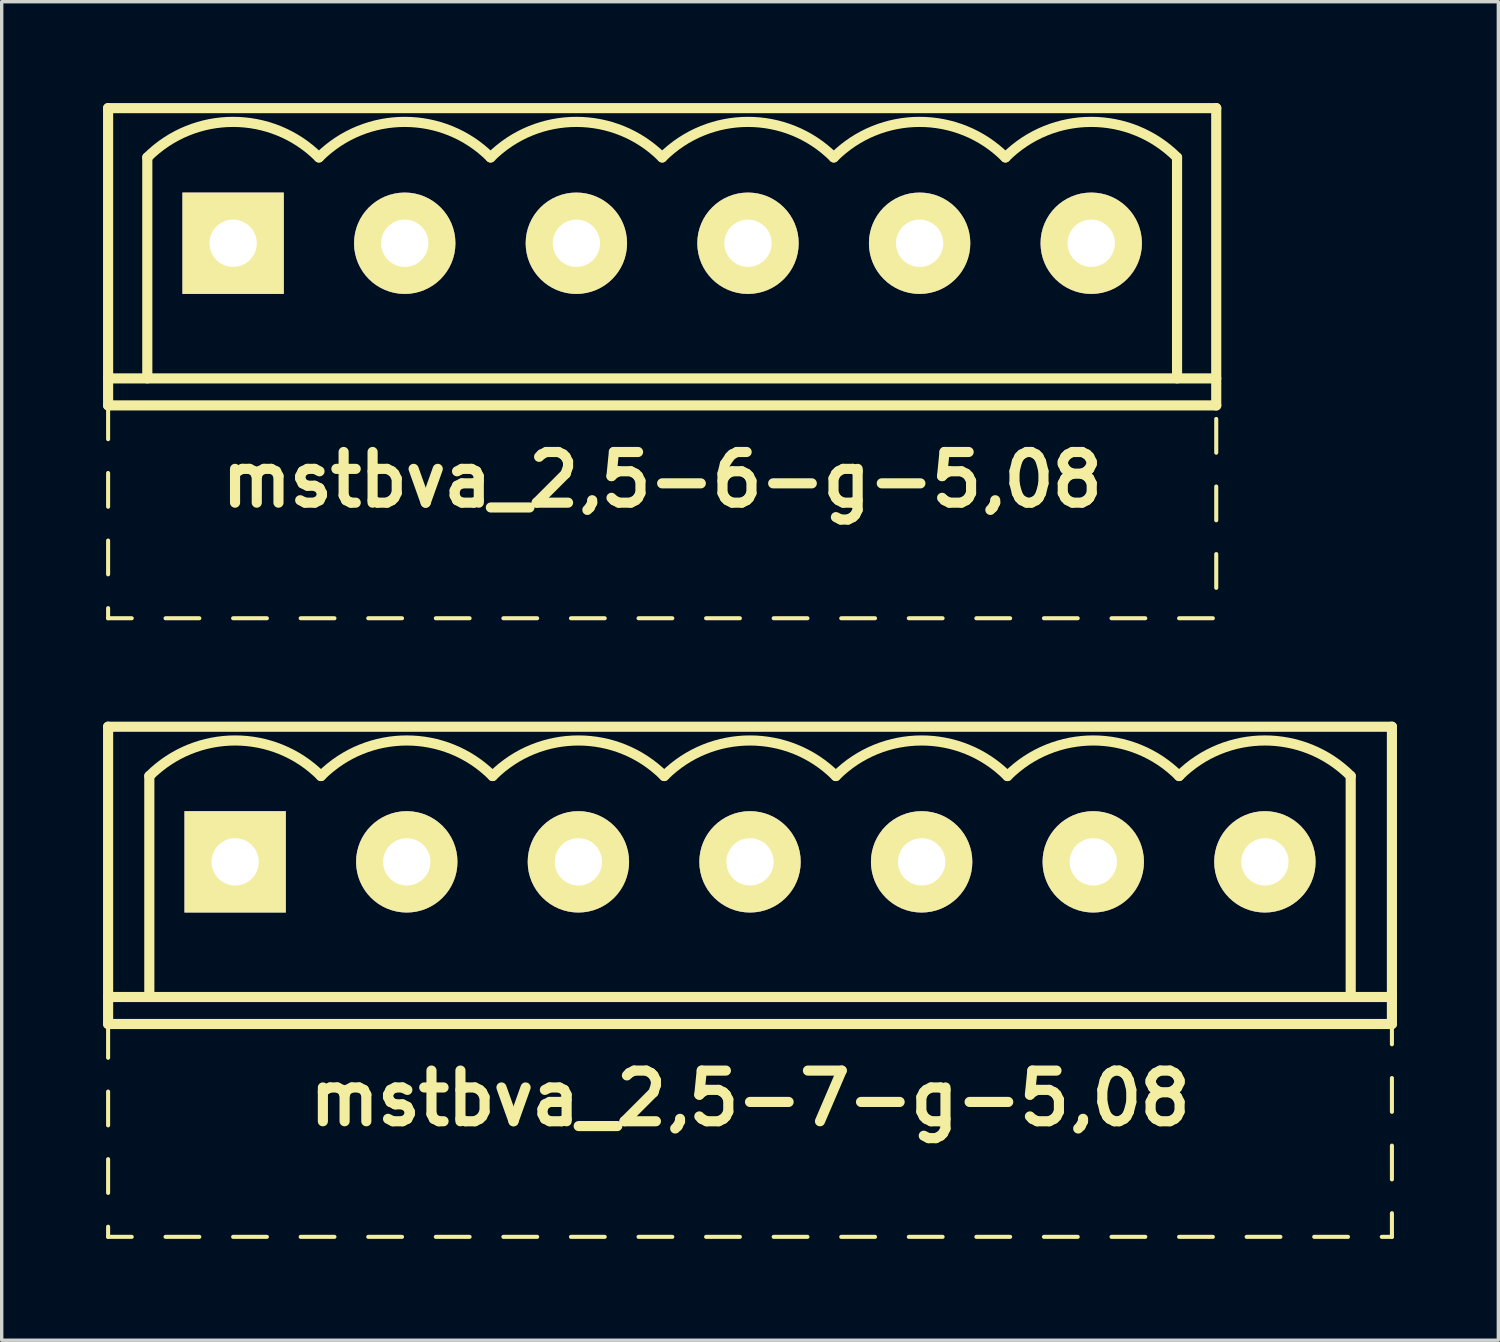
<source format=kicad_pcb>
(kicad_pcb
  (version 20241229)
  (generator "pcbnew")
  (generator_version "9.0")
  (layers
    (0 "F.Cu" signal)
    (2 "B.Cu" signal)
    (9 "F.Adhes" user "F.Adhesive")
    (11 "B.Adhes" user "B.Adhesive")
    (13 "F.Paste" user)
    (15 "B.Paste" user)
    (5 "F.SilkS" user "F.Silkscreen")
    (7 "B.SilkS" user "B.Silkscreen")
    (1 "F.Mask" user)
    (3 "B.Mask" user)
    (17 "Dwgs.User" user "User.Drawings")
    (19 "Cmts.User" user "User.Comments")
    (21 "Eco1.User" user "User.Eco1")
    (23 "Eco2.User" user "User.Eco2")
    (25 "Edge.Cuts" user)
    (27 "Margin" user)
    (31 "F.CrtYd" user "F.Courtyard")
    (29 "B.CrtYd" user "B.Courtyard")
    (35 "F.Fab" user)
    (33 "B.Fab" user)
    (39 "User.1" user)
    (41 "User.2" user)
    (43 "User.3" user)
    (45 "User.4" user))
  (footprint "mstbva_2,5-7-g-5,08"
    (layer "F.Cu")
    (at 19.15 22.46)
    (property "Reference" "mstbva_2,5-7-g-5,08" (at 0 7 0) (layer "F.SilkS") (effects (font (size 1.5 1.5) (thickness 0.3))))
    (attr through_hole)
    (fp_line (start -19 -4) (end -19 4.8) (stroke (width 0.3) (type solid)) (layer "F.SilkS"))
    (fp_line (start -19 4) (end 19 4) (stroke (width 0.3) (type solid)) (layer "F.SilkS"))
    (fp_line (start -19 4.8) (end -19 5.8) (stroke (width 0.12) (type solid)) (layer "F.SilkS"))
    (fp_line (start -19 6.8) (end -19 7.8) (stroke (width 0.12) (type solid)) (layer "F.SilkS"))
    (fp_line (start -19 8.8) (end -19 9.8) (stroke (width 0.12) (type solid)) (layer "F.SilkS"))
    (fp_line (start -19 10.8) (end -19 11.1) (stroke (width 0.12) (type solid)) (layer "F.SilkS"))
    (fp_line (start -19 11.1) (end -18.3 11.1) (stroke (width 0.12) (type solid)) (layer "F.SilkS"))
    (fp_line (start -17.78 -2.54) (end -17.78 4) (stroke (width 0.3) (type solid)) (layer "F.SilkS"))
    (fp_line (start -17.3 11.1) (end -16.3 11.1) (stroke (width 0.12) (type solid)) (layer "F.SilkS"))
    (fp_line (start -15.3 11.1) (end -14.3 11.1) (stroke (width 0.12) (type solid)) (layer "F.SilkS"))
    (fp_line (start -13.3 11.1) (end -12.3 11.1) (stroke (width 0.12) (type solid)) (layer "F.SilkS"))
    (fp_line (start -11.3 11.1) (end -10.3 11.1) (stroke (width 0.12) (type solid)) (layer "F.SilkS"))
    (fp_line (start -9.3 11.1) (end -8.3 11.1) (stroke (width 0.12) (type solid)) (layer "F.SilkS"))
    (fp_line (start -7.3 11.1) (end -6.3 11.1) (stroke (width 0.12) (type solid)) (layer "F.SilkS"))
    (fp_line (start -5.3 11.1) (end -4.3 11.1) (stroke (width 0.12) (type solid)) (layer "F.SilkS"))
    (fp_line (start -3.3 11.1) (end -2.3 11.1) (stroke (width 0.12) (type solid)) (layer "F.SilkS"))
    (fp_line (start -1.3 11.1) (end -0.3 11.1) (stroke (width 0.12) (type solid)) (layer "F.SilkS"))
    (fp_line (start 0.7 11.1) (end 1.7 11.1) (stroke (width 0.12) (type solid)) (layer "F.SilkS"))
    (fp_line (start 2.7 11.1) (end 3.7 11.1) (stroke (width 0.12) (type solid)) (layer "F.SilkS"))
    (fp_line (start 4.7 11.1) (end 5.7 11.1) (stroke (width 0.12) (type solid)) (layer "F.SilkS"))
    (fp_line (start 6.7 11.1) (end 7.7 11.1) (stroke (width 0.12) (type solid)) (layer "F.SilkS"))
    (fp_line (start 8.7 11.1) (end 9.7 11.1) (stroke (width 0.12) (type solid)) (layer "F.SilkS"))
    (fp_line (start 10.7 11.1) (end 11.7 11.1) (stroke (width 0.12) (type solid)) (layer "F.SilkS"))
    (fp_line (start 12.7 11.1) (end 13.7 11.1) (stroke (width 0.12) (type solid)) (layer "F.SilkS"))
    (fp_line (start 14.7 11.1) (end 15.7 11.1) (stroke (width 0.12) (type solid)) (layer "F.SilkS"))
    (fp_line (start 16.7 11.1) (end 17.7 11.1) (stroke (width 0.12) (type solid)) (layer "F.SilkS"))
    (fp_line (start 17.78 -2.54) (end 17.78 4) (stroke (width 0.3) (type solid)) (layer "F.SilkS"))
    (fp_line (start 18.7 11.1) (end 19 11.1) (stroke (width 0.12) (type solid)) (layer "F.SilkS"))
    (fp_line (start 19 -4) (end -19 -4) (stroke (width 0.3) (type solid)) (layer "F.SilkS"))
    (fp_line (start 19 4.8) (end -19 4.8) (stroke (width 0.3) (type solid)) (layer "F.SilkS"))
    (fp_line (start 19 4.8) (end 19 -4) (stroke (width 0.3) (type solid)) (layer "F.SilkS"))
    (fp_line (start 19 5.4) (end 19 4.8) (stroke (width 0.12) (type solid)) (layer "F.SilkS"))
    (fp_line (start 19 7.4) (end 19 6.4) (stroke (width 0.12) (type solid)) (layer "F.SilkS"))
    (fp_line (start 19 9.4) (end 19 8.4) (stroke (width 0.12) (type solid)) (layer "F.SilkS"))
    (fp_line (start 19 11.1) (end 19 10.4) (stroke (width 0.12) (type solid)) (layer "F.SilkS"))
    (fp_arc (start -17.78 -2.54) (mid -15.24 -3.592102) (end -12.7 -2.54) (stroke (width 0.3) (type solid)) (layer "F.SilkS"))
    (fp_arc (start -12.7 -2.54) (mid -10.16 -3.592102) (end -7.62 -2.54) (stroke (width 0.3) (type solid)) (layer "F.SilkS"))
    (fp_arc (start -7.62 -2.54) (mid -5.08 -3.592102) (end -2.54 -2.54) (stroke (width 0.3) (type solid)) (layer "F.SilkS"))
    (fp_arc (start -2.54 -2.54) (mid 0 -3.592102) (end 2.54 -2.54) (stroke (width 0.3) (type solid)) (layer "F.SilkS"))
    (fp_arc (start 2.54 -2.54) (mid 5.08 -3.592102) (end 7.62 -2.54) (stroke (width 0.3) (type solid)) (layer "F.SilkS"))
    (fp_arc (start 7.62 -2.54) (mid 10.16 -3.592102) (end 12.7 -2.54) (stroke (width 0.3) (type solid)) (layer "F.SilkS"))
    (fp_arc (start 12.7 -2.54) (mid 15.24 -3.592102) (end 17.78 -2.54) (stroke (width 0.3) (type solid)) (layer "F.SilkS"))
    (pad "1" thru_hole rect (at -15.24 0) (size 3 3) (drill 1.4) (layers "*.Cu" "*.Mask" "F.SilkS"))
    (pad "2" thru_hole circle (at -10.16 0) (size 3 3) (drill 1.4) (layers "*.Cu" "*.Mask" "F.SilkS"))
    (pad "3" thru_hole circle (at -5.08 0) (size 3 3) (drill 1.4) (layers "*.Cu" "*.Mask" "F.SilkS"))
    (pad "4" thru_hole circle (at 0 0) (size 3 3) (drill 1.4) (layers "*.Cu" "*.Mask" "F.SilkS"))
    (pad "5" thru_hole circle (at 5.08 0) (size 3 3) (drill 1.4) (layers "*.Cu" "*.Mask" "F.SilkS"))
    (pad "6" thru_hole circle (at 10.16 0) (size 3 3) (drill 1.4) (layers "*.Cu" "*.Mask" "F.SilkS"))
    (pad "7" thru_hole circle (at 15.24 0) (size 3 3) (drill 1.4) (layers "*.Cu" "*.Mask" "F.SilkS")))
  (footprint "mstbva_2,5-6-g-5,08"
    (layer "F.Cu")
    (at 16.55 4.15)
    (property "Reference" "mstbva_2,5-6-g-5,08" (at 0 7 0) (layer "F.SilkS") (effects (font (size 1.5 1.5) (thickness 0.3))))
    (attr through_hole)
    (fp_line (start -16.4 -4) (end -16.4 4.8) (stroke (width 0.3) (type solid)) (layer "F.SilkS"))
    (fp_line (start -16.4 4) (end 16.4 4) (stroke (width 0.3) (type solid)) (layer "F.SilkS"))
    (fp_line (start -16.4 4.8) (end -16.4 5.8) (stroke (width 0.12) (type solid)) (layer "F.SilkS"))
    (fp_line (start -16.4 6.8) (end -16.4 7.8) (stroke (width 0.12) (type solid)) (layer "F.SilkS"))
    (fp_line (start -16.4 8.8) (end -16.4 9.8) (stroke (width 0.12) (type solid)) (layer "F.SilkS"))
    (fp_line (start -16.4 10.8) (end -16.4 11.1) (stroke (width 0.12) (type solid)) (layer "F.SilkS"))
    (fp_line (start -16.4 11.1) (end -15.7 11.1) (stroke (width 0.12) (type solid)) (layer "F.SilkS"))
    (fp_line (start -15.24 -2.54) (end -15.24 4) (stroke (width 0.3) (type solid)) (layer "F.SilkS"))
    (fp_line (start -14.7 11.1) (end -13.7 11.1) (stroke (width 0.12) (type solid)) (layer "F.SilkS"))
    (fp_line (start -12.7 11.1) (end -11.7 11.1) (stroke (width 0.12) (type solid)) (layer "F.SilkS"))
    (fp_line (start -10.7 11.1) (end -9.7 11.1) (stroke (width 0.12) (type solid)) (layer "F.SilkS"))
    (fp_line (start -8.7 11.1) (end -7.7 11.1) (stroke (width 0.12) (type solid)) (layer "F.SilkS"))
    (fp_line (start -6.7 11.1) (end -5.7 11.1) (stroke (width 0.12) (type solid)) (layer "F.SilkS"))
    (fp_line (start -4.7 11.1) (end -3.7 11.1) (stroke (width 0.12) (type solid)) (layer "F.SilkS"))
    (fp_line (start -2.7 11.1) (end -1.7 11.1) (stroke (width 0.12) (type solid)) (layer "F.SilkS"))
    (fp_line (start -0.7 11.1) (end 0.3 11.1) (stroke (width 0.12) (type solid)) (layer "F.SilkS"))
    (fp_line (start 1.3 11.1) (end 2.3 11.1) (stroke (width 0.12) (type solid)) (layer "F.SilkS"))
    (fp_line (start 3.3 11.1) (end 4.3 11.1) (stroke (width 0.12) (type solid)) (layer "F.SilkS"))
    (fp_line (start 5.3 11.1) (end 6.3 11.1) (stroke (width 0.12) (type solid)) (layer "F.SilkS"))
    (fp_line (start 7.3 11.1) (end 8.3 11.1) (stroke (width 0.12) (type solid)) (layer "F.SilkS"))
    (fp_line (start 9.3 11.1) (end 10.3 11.1) (stroke (width 0.12) (type solid)) (layer "F.SilkS"))
    (fp_line (start 11.3 11.1) (end 12.3 11.1) (stroke (width 0.12) (type solid)) (layer "F.SilkS"))
    (fp_line (start 13.3 11.1) (end 14.3 11.1) (stroke (width 0.12) (type solid)) (layer "F.SilkS"))
    (fp_line (start 15.24 -2.54) (end 15.24 4) (stroke (width 0.3) (type solid)) (layer "F.SilkS"))
    (fp_line (start 15.3 11.1) (end 16.3 11.1) (stroke (width 0.12) (type solid)) (layer "F.SilkS"))
    (fp_line (start 16.4 -4) (end -16.4 -4) (stroke (width 0.3) (type solid)) (layer "F.SilkS"))
    (fp_line (start 16.4 4.8) (end -16.4 4.8) (stroke (width 0.3) (type solid)) (layer "F.SilkS"))
    (fp_line (start 16.4 4.8) (end 16.4 -4) (stroke (width 0.3) (type solid)) (layer "F.SilkS"))
    (fp_line (start 16.4 6.2) (end 16.4 5.2) (stroke (width 0.12) (type solid)) (layer "F.SilkS"))
    (fp_line (start 16.4 8.2) (end 16.4 7.2) (stroke (width 0.12) (type solid)) (layer "F.SilkS"))
    (fp_line (start 16.4 10.2) (end 16.4 9.2) (stroke (width 0.12) (type solid)) (layer "F.SilkS"))
    (fp_arc (start -15.24 -2.54) (mid -12.7 -3.592102) (end -10.16 -2.54) (stroke (width 0.3) (type solid)) (layer "F.SilkS"))
    (fp_arc (start -10.16 -2.54) (mid -7.62 -3.592102) (end -5.08 -2.54) (stroke (width 0.3) (type solid)) (layer "F.SilkS"))
    (fp_arc (start -5.08 -2.54) (mid -2.54 -3.592102) (end 0 -2.54) (stroke (width 0.3) (type solid)) (layer "F.SilkS"))
    (fp_arc (start 0 -2.54) (mid 2.54 -3.592102) (end 5.08 -2.54) (stroke (width 0.3) (type solid)) (layer "F.SilkS"))
    (fp_arc (start 5.08 -2.54) (mid 7.62 -3.592102) (end 10.16 -2.54) (stroke (width 0.3) (type solid)) (layer "F.SilkS"))
    (fp_arc (start 10.16 -2.54) (mid 12.7 -3.592102) (end 15.24 -2.54) (stroke (width 0.3) (type solid)) (layer "F.SilkS"))
    (pad "1" thru_hole rect (at -12.7 0) (size 3 3) (drill 1.4) (layers "*.Cu" "*.Mask" "F.SilkS"))
    (pad "2" thru_hole circle (at -7.62 0) (size 3 3) (drill 1.4) (layers "*.Cu" "*.Mask" "F.SilkS"))
    (pad "3" thru_hole circle (at -2.54 0) (size 3 3) (drill 1.4) (layers "*.Cu" "*.Mask" "F.SilkS"))
    (pad "4" thru_hole circle (at 2.54 0) (size 3 3) (drill 1.4) (layers "*.Cu" "*.Mask" "F.SilkS"))
    (pad "5" thru_hole circle (at 7.62 0) (size 3 3) (drill 1.4) (layers "*.Cu" "*.Mask" "F.SilkS"))
    (pad "6" thru_hole circle (at 12.7 0) (size 3 3) (drill 1.4) (layers "*.Cu" "*.Mask" "F.SilkS")))
  (gr_rect
    (start -3 -3)
    (end 41.3 36.62)
    (stroke (width 0.1) (type default))
    (fill no)
    (layer "Edge.Cuts")))
</source>
